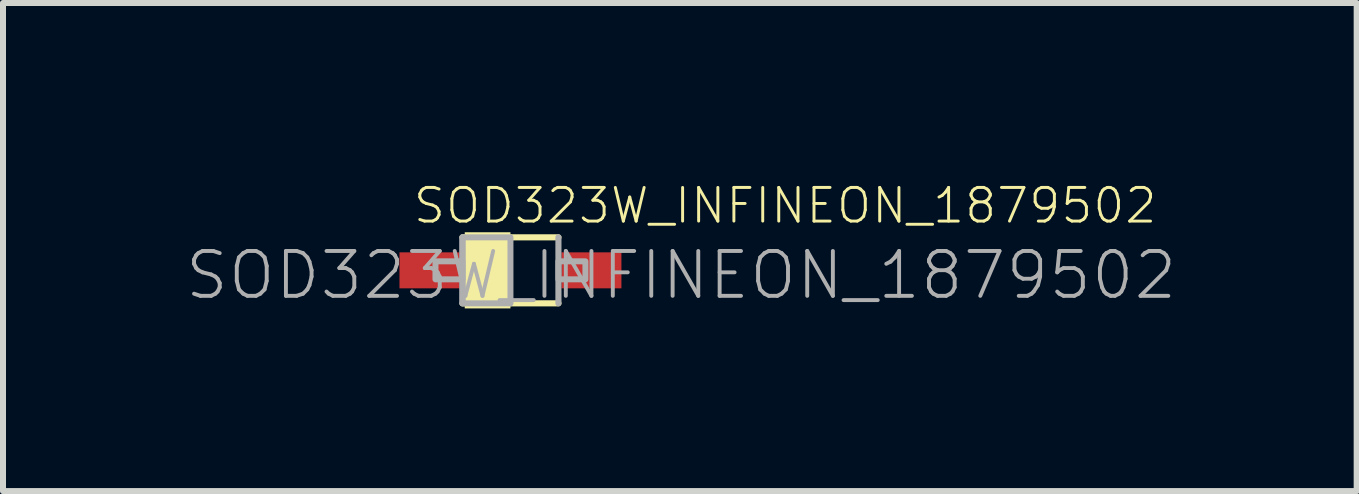
<source format=kicad_pcb>
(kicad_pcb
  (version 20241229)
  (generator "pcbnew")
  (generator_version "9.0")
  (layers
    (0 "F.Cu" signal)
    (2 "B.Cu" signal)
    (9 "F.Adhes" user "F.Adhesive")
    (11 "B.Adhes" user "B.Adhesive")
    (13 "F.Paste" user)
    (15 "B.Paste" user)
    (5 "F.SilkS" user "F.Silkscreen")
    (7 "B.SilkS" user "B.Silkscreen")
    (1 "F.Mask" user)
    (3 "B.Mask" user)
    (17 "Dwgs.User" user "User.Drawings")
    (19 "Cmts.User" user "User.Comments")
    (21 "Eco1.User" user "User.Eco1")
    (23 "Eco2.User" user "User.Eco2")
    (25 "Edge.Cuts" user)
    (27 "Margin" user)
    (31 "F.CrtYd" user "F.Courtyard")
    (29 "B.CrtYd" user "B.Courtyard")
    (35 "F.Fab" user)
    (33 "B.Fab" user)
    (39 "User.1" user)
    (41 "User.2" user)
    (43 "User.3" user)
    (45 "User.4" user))
  (footprint "SOD323W_INFINEON_1879502"
    (layer "F.Cu")
    (at 5.46 1.457)
    (property "Reference" "SOD323W_INFINEON_1879502" (at -1.65 -0.75 0) (unlocked yes) (layer "F.SilkS") (effects (font (size 0.561 0.561) (thickness 0.049)) (justify left bottom)))
    (fp_line (start -0.8 -0.55) (end 0.8 -0.55) (stroke (width 0.102) (type solid)) (layer "F.SilkS"))
    (fp_line (start 0.8 0.55) (end -0.8 0.55) (stroke (width 0.102) (type solid)) (layer "F.SilkS"))
    (fp_poly (pts (xy 0 0.635) (xy -0.762 0.635) (xy -0.762 -0.635) (xy 0 -0.635)) (stroke (width 0) (type default)) (fill yes) (layer "F.SilkS"))
    (fp_line (start -0.8 0.55) (end -0.8 -0.55) (stroke (width 0.102) (type solid)) (layer "F.Fab"))
    (fp_line (start 0.8 -0.55) (end 0.8 0.55) (stroke (width 0.102) (type solid)) (layer "F.Fab"))
    (fp_poly (pts (xy -1.25 0.15) (xy -0.8 0.15) (xy -0.8 -0.15) (xy -1.25 -0.15)) (stroke (width 0.1) (type default)) (fill no) (layer "F.Fab"))
    (fp_poly (pts (xy -0.8 0.55) (xy 0 0.55) (xy 0 -0.55) (xy -0.8 -0.55)) (stroke (width 0.1) (type default)) (fill no) (layer "F.Fab"))
    (fp_poly (pts (xy 0.8 0.15) (xy 1.25 0.15) (xy 1.25 -0.15) (xy 0.8 -0.15)) (stroke (width 0.1) (type default)) (fill no) (layer "F.Fab"))
    (fp_text user "${REFERENCE}" (at -5.46 0.52 0) (unlocked yes) (layer "F.Fab") (effects (font (size 0.748 0.748) (thickness 0.065)) (justify left bottom)))
    (pad "A" smd rect (at 1.35 0) (size 1 0.6) (layers "F.Cu" "F.Mask" "F.Paste"))
    (pad "C" smd rect (at -1.35 0) (size 1 0.6) (layers "F.Cu" "F.Mask" "F.Paste")))
  (gr_rect
    (start -3 -3)
    (end 19.568 5.137)
    (stroke (width 0.1) (type default))
    (fill no)
    (layer "Edge.Cuts")))
</source>
